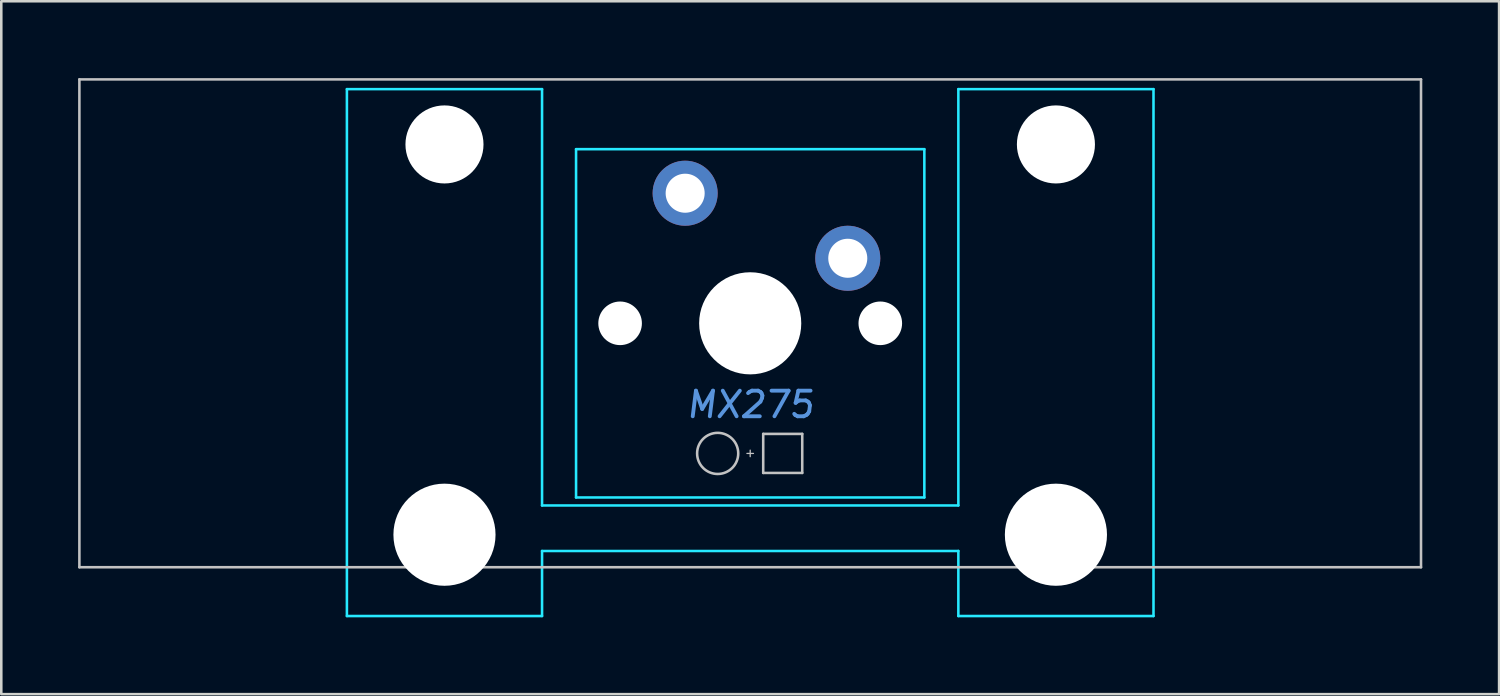
<source format=kicad_pcb>
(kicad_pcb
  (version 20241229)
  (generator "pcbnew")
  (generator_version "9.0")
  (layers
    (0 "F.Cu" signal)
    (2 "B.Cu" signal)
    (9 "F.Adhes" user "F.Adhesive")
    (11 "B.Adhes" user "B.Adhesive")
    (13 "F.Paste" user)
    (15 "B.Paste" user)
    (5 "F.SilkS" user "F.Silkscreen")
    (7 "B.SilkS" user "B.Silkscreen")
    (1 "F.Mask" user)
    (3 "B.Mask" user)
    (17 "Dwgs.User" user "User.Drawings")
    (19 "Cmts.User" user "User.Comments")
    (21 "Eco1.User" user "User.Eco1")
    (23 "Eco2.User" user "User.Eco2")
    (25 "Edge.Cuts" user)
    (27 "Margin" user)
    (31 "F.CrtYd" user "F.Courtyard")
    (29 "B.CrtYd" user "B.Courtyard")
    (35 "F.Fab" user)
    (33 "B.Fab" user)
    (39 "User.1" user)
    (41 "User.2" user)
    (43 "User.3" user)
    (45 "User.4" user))
  (footprint "MX275"
    (layer "F.Cu")
    (at 26.244 9.575)
    (property "Reference" "MX275" (at 0 3.175 0) (layer "Cmts.User") (effects (font (size 1 1) (thickness 0.15) (italic yes))))
    (attr through_hole)
    (fp_line (start -26.194 -9.525) (end -26.194 9.525) (stroke (width 0.1) (type solid)) (layer "Dwgs.User"))
    (fp_line (start -26.194 -9.525) (end 26.194 -9.525) (stroke (width 0.1) (type solid)) (layer "Dwgs.User"))
    (fp_line (start -26.194 9.525) (end 26.194 9.525) (stroke (width 0.1) (type solid)) (layer "Dwgs.User"))
    (fp_line (start -0.127 5.08) (end 0.127 5.08) (stroke (width 0.05) (type solid)) (layer "Dwgs.User"))
    (fp_line (start 0 5.207) (end 0 4.953) (stroke (width 0.05) (type solid)) (layer "Dwgs.User"))
    (fp_line (start 0.508 4.318) (end 0.508 5.842) (stroke (width 0.1) (type solid)) (layer "Dwgs.User"))
    (fp_line (start 0.508 4.318) (end 2.032 4.318) (stroke (width 0.1) (type solid)) (layer "Dwgs.User"))
    (fp_line (start 0.508 5.842) (end 2.032 5.842) (stroke (width 0.1) (type solid)) (layer "Dwgs.User"))
    (fp_line (start 2.032 5.842) (end 2.032 4.318) (stroke (width 0.1) (type solid)) (layer "Dwgs.User"))
    (fp_line (start 26.194 -9.525) (end 26.194 9.525) (stroke (width 0.1) (type solid)) (layer "Dwgs.User"))
    (fp_circle (center -1.27 5.08) (end -0.467 5.08) (stroke (width 0.1) (type solid)) (fill no) (layer "Dwgs.User"))
    (fp_line (start -17.17 -0.889) (end -17.17 -2.921) (stroke (width 0.1) (type solid)) (layer "Eco1.User"))
    (fp_line (start -16.789 -3.302) (end -16.535 -3.302) (stroke (width 0.1) (type solid)) (layer "Eco1.User"))
    (fp_line (start -16.535 -0.508) (end -16.789 -0.508) (stroke (width 0.1) (type solid)) (layer "Eco1.User"))
    (fp_line (start -16.154 -3.683) (end -16.154 -5.309) (stroke (width 0.1) (type solid)) (layer "Eco1.User"))
    (fp_line (start -16.154 6.223) (end -16.154 -0.127) (stroke (width 0.1) (type solid)) (layer "Eco1.User"))
    (fp_line (start -15.773 -5.69) (end -9.881 -5.69) (stroke (width 0.1) (type solid)) (layer "Eco1.User"))
    (fp_line (start -14.732 6.604) (end -15.773 6.604) (stroke (width 0.1) (type solid)) (layer "Eco1.User"))
    (fp_line (start -14.351 7.391) (end -14.351 6.985) (stroke (width 0.1) (type solid)) (layer "Eco1.User"))
    (fp_line (start -11.684 7.772) (end -13.97 7.772) (stroke (width 0.1) (type solid)) (layer "Eco1.User"))
    (fp_line (start -11.303 6.985) (end -11.303 7.391) (stroke (width 0.1) (type solid)) (layer "Eco1.User"))
    (fp_line (start -9.881 6.604) (end -10.922 6.604) (stroke (width 0.1) (type solid)) (layer "Eco1.User"))
    (fp_line (start -9.5 -5.309) (end -9.5 -5.258) (stroke (width 0.1) (type solid)) (layer "Eco1.User"))
    (fp_line (start -9.5 6.198) (end -9.5 6.223) (stroke (width 0.1) (type solid)) (layer "Eco1.User"))
    (fp_line (start -9.119 -4.877) (end -7.366 -4.877) (stroke (width 0.1) (type solid)) (layer "Eco1.User"))
    (fp_line (start -7.366 5.817) (end -9.119 5.817) (stroke (width 0.1) (type solid)) (layer "Eco1.User"))
    (fp_line (start -6.985 -5.258) (end -6.985 -6.604) (stroke (width 0.1) (type solid)) (layer "Eco1.User"))
    (fp_line (start -6.985 6.604) (end -6.985 6.197) (stroke (width 0.1) (type solid)) (layer "Eco1.User"))
    (fp_line (start -6.604 -6.985) (end 6.604 -6.985) (stroke (width 0.1) (type solid)) (layer "Eco1.User"))
    (fp_line (start 0 -2.159) (end 0 2.159) (stroke (width 0.1) (type solid)) (layer "Eco1.User"))
    (fp_line (start 2.159 0) (end -2.159 0) (stroke (width 0.1) (type solid)) (layer "Eco1.User"))
    (fp_line (start 6.604 6.985) (end -6.604 6.985) (stroke (width 0.1) (type solid)) (layer "Eco1.User"))
    (fp_line (start 6.985 -5.258) (end 6.985 -6.604) (stroke (width 0.1) (type solid)) (layer "Eco1.User"))
    (fp_line (start 6.985 6.604) (end 6.985 6.197) (stroke (width 0.1) (type solid)) (layer "Eco1.User"))
    (fp_line (start 7.366 5.817) (end 9.119 5.817) (stroke (width 0.1) (type solid)) (layer "Eco1.User"))
    (fp_line (start 9.119 -4.877) (end 7.366 -4.877) (stroke (width 0.1) (type solid)) (layer "Eco1.User"))
    (fp_line (start 9.5 -5.309) (end 9.5 -5.258) (stroke (width 0.1) (type solid)) (layer "Eco1.User"))
    (fp_line (start 9.5 6.198) (end 9.5 6.223) (stroke (width 0.1) (type solid)) (layer "Eco1.User"))
    (fp_line (start 9.881 6.604) (end 10.922 6.604) (stroke (width 0.1) (type solid)) (layer "Eco1.User"))
    (fp_line (start 11.303 6.985) (end 11.303 7.391) (stroke (width 0.1) (type solid)) (layer "Eco1.User"))
    (fp_line (start 11.684 7.772) (end 13.97 7.772) (stroke (width 0.1) (type solid)) (layer "Eco1.User"))
    (fp_line (start 14.351 7.391) (end 14.351 6.985) (stroke (width 0.1) (type solid)) (layer "Eco1.User"))
    (fp_line (start 14.732 6.604) (end 15.773 6.604) (stroke (width 0.1) (type solid)) (layer "Eco1.User"))
    (fp_line (start 15.773 -5.69) (end 9.881 -5.69) (stroke (width 0.1) (type solid)) (layer "Eco1.User"))
    (fp_line (start 16.154 -3.683) (end 16.154 -5.309) (stroke (width 0.1) (type solid)) (layer "Eco1.User"))
    (fp_line (start 16.154 6.223) (end 16.154 -0.127) (stroke (width 0.1) (type solid)) (layer "Eco1.User"))
    (fp_line (start 16.535 -0.508) (end 16.789 -0.508) (stroke (width 0.1) (type solid)) (layer "Eco1.User"))
    (fp_line (start 16.789 -3.302) (end 16.535 -3.302) (stroke (width 0.1) (type solid)) (layer "Eco1.User"))
    (fp_line (start 17.17 -0.889) (end 17.17 -2.921) (stroke (width 0.1) (type solid)) (layer "Eco1.User"))
    (fp_arc (start -17.1704 -2.921) (mid -17.058808 -3.190408) (end -16.7894 -3.302) (stroke (width 0.1) (type solid)) (layer "Eco1.User"))
    (fp_arc (start -16.7894 -0.508) (mid -17.058808 -0.619592) (end -17.1704 -0.889) (stroke (width 0.1) (type solid)) (layer "Eco1.User"))
    (fp_arc (start -16.5354 -0.508) (mid -16.265992 -0.396408) (end -16.1544 -0.127) (stroke (width 0.1) (type solid)) (layer "Eco1.User"))
    (fp_arc (start -16.1544 -5.3086) (mid -16.042808 -5.578008) (end -15.7734 -5.6896) (stroke (width 0.1) (type solid)) (layer "Eco1.User"))
    (fp_arc (start -16.1544 -3.683) (mid -16.265992 -3.413592) (end -16.5354 -3.302) (stroke (width 0.1) (type solid)) (layer "Eco1.User"))
    (fp_arc (start -15.7734 6.604) (mid -16.042808 6.492408) (end -16.1544 6.223) (stroke (width 0.1) (type solid)) (layer "Eco1.User"))
    (fp_arc (start -14.732 6.604) (mid -14.462592 6.715592) (end -14.351 6.985) (stroke (width 0.1) (type solid)) (layer "Eco1.User"))
    (fp_arc (start -13.97 7.7724) (mid -14.239408 7.660808) (end -14.351 7.3914) (stroke (width 0.1) (type solid)) (layer "Eco1.User"))
    (fp_arc (start -11.303 6.985) (mid -11.191408 6.715592) (end -10.922 6.604) (stroke (width 0.1) (type solid)) (layer "Eco1.User"))
    (fp_arc (start -11.303 7.3914) (mid -11.414592 7.660808) (end -11.684 7.7724) (stroke (width 0.1) (type solid)) (layer "Eco1.User"))
    (fp_arc (start -9.8806 -5.6896) (mid -9.611192 -5.578008) (end -9.4996 -5.3086) (stroke (width 0.1) (type solid)) (layer "Eco1.User"))
    (fp_arc (start -9.4996 6.1976) (mid -9.388008 5.928192) (end -9.1186 5.8166) (stroke (width 0.1) (type solid)) (layer "Eco1.User"))
    (fp_arc (start -9.4996 6.223) (mid -9.611192 6.492408) (end -9.8806 6.604) (stroke (width 0.1) (type solid)) (layer "Eco1.User"))
    (fp_arc (start -9.1186 -4.8768) (mid -9.388008 -4.988392) (end -9.4996 -5.2578) (stroke (width 0.1) (type solid)) (layer "Eco1.User"))
    (fp_arc (start -7.366 5.8166) (mid -7.096592 5.928192) (end -6.985 6.1976) (stroke (width 0.1) (type solid)) (layer "Eco1.User"))
    (fp_arc (start -6.985 -6.604) (mid -6.873408 -6.873408) (end -6.604 -6.985) (stroke (width 0.1) (type solid)) (layer "Eco1.User"))
    (fp_arc (start -6.985 -5.2578) (mid -7.096592 -4.988392) (end -7.366 -4.8768) (stroke (width 0.1) (type solid)) (layer "Eco1.User"))
    (fp_arc (start -6.604 6.985) (mid -6.873408 6.873408) (end -6.985 6.604) (stroke (width 0.1) (type solid)) (layer "Eco1.User"))
    (fp_arc (start 6.604 -6.985) (mid 6.873408 -6.873408) (end 6.985 -6.604) (stroke (width 0.1) (type solid)) (layer "Eco1.User"))
    (fp_arc (start 6.985 6.1976) (mid 7.096592 5.928192) (end 7.366 5.8166) (stroke (width 0.1) (type solid)) (layer "Eco1.User"))
    (fp_arc (start 6.985 6.604) (mid 6.873408 6.873408) (end 6.604 6.985) (stroke (width 0.1) (type solid)) (layer "Eco1.User"))
    (fp_arc (start 7.366 -4.8768) (mid 7.096592 -4.988392) (end 6.985 -5.2578) (stroke (width 0.1) (type solid)) (layer "Eco1.User"))
    (fp_arc (start 9.1186 5.8166) (mid 9.388008 5.928192) (end 9.4996 6.1976) (stroke (width 0.1) (type solid)) (layer "Eco1.User"))
    (fp_arc (start 9.4996 -5.3086) (mid 9.611192 -5.578008) (end 9.8806 -5.6896) (stroke (width 0.1) (type solid)) (layer "Eco1.User"))
    (fp_arc (start 9.4996 -5.2578) (mid 9.388008 -4.988392) (end 9.1186 -4.8768) (stroke (width 0.1) (type solid)) (layer "Eco1.User"))
    (fp_arc (start 9.8806 6.604) (mid 9.611192 6.492408) (end 9.4996 6.223) (stroke (width 0.1) (type solid)) (layer "Eco1.User"))
    (fp_arc (start 10.922 6.604) (mid 11.191408 6.715592) (end 11.303 6.985) (stroke (width 0.1) (type solid)) (layer "Eco1.User"))
    (fp_arc (start 11.684 7.7724) (mid 11.414592 7.660808) (end 11.303 7.3914) (stroke (width 0.1) (type solid)) (layer "Eco1.User"))
    (fp_arc (start 14.351 6.985) (mid 14.462592 6.715592) (end 14.732 6.604) (stroke (width 0.1) (type solid)) (layer "Eco1.User"))
    (fp_arc (start 14.351 7.3914) (mid 14.239408 7.660808) (end 13.97 7.7724) (stroke (width 0.1) (type solid)) (layer "Eco1.User"))
    (fp_arc (start 15.7734 -5.6896) (mid 16.042808 -5.578008) (end 16.1544 -5.3086) (stroke (width 0.1) (type solid)) (layer "Eco1.User"))
    (fp_arc (start 16.1544 -0.127) (mid 16.265992 -0.396408) (end 16.5354 -0.508) (stroke (width 0.1) (type solid)) (layer "Eco1.User"))
    (fp_arc (start 16.1544 6.223) (mid 16.042808 6.492408) (end 15.7734 6.604) (stroke (width 0.1) (type solid)) (layer "Eco1.User"))
    (fp_arc (start 16.5354 -3.302) (mid 16.265992 -3.413592) (end 16.1544 -3.683) (stroke (width 0.1) (type solid)) (layer "Eco1.User"))
    (fp_arc (start 16.7894 -3.302) (mid 17.058808 -3.190408) (end 17.1704 -2.921) (stroke (width 0.1) (type solid)) (layer "Eco1.User"))
    (fp_arc (start 17.1704 -0.889) (mid 17.058808 -0.619592) (end 16.7894 -0.508) (stroke (width 0.1) (type solid)) (layer "Eco1.User"))
    (fp_circle (center 0 0) (end 1.994 0) (stroke (width 0.1) (type solid)) (fill no) (layer "Eco1.User"))
    (fp_line (start -15.748 -9.144) (end -8.128 -9.144) (stroke (width 0.1) (type solid)) (layer "B.CrtYd"))
    (fp_line (start -15.748 11.43) (end -15.748 -9.144) (stroke (width 0.1) (type solid)) (layer "B.CrtYd"))
    (fp_line (start -8.128 -9.144) (end -8.128 7.112) (stroke (width 0.1) (type solid)) (layer "B.CrtYd"))
    (fp_line (start -8.128 7.112) (end 8.128 7.112) (stroke (width 0.1) (type solid)) (layer "B.CrtYd"))
    (fp_line (start -8.128 8.89) (end 8.128 8.89) (stroke (width 0.1) (type solid)) (layer "B.CrtYd"))
    (fp_line (start -8.128 11.43) (end -15.748 11.43) (stroke (width 0.1) (type solid)) (layer "B.CrtYd"))
    (fp_line (start -8.128 11.43) (end -8.128 8.89) (stroke (width 0.1) (type solid)) (layer "B.CrtYd"))
    (fp_line (start -6.8 6.8) (end -6.8 -6.8) (stroke (width 0.1) (type solid)) (layer "B.CrtYd"))
    (fp_line (start 6.8 -6.8) (end -6.8 -6.8) (stroke (width 0.1) (type solid)) (layer "B.CrtYd"))
    (fp_line (start 6.8 6.8) (end -6.8 6.8) (stroke (width 0.1) (type solid)) (layer "B.CrtYd"))
    (fp_line (start 6.8 6.8) (end 6.8 -6.8) (stroke (width 0.1) (type solid)) (layer "B.CrtYd"))
    (fp_line (start 8.128 -9.144) (end 8.128 7.112) (stroke (width 0.1) (type solid)) (layer "B.CrtYd"))
    (fp_line (start 8.128 -9.144) (end 15.748 -9.144) (stroke (width 0.1) (type solid)) (layer "B.CrtYd"))
    (fp_line (start 8.128 11.43) (end 8.128 8.89) (stroke (width 0.1) (type solid)) (layer "B.CrtYd"))
    (fp_line (start 15.748 -9.144) (end 15.748 11.43) (stroke (width 0.1) (type solid)) (layer "B.CrtYd"))
    (fp_line (start 15.748 11.43) (end 8.128 11.43) (stroke (width 0.1) (type solid)) (layer "B.CrtYd"))
    (pad "" np_thru_hole circle (at -11.938 -6.985) (size 3.048 3.048) (drill 3.048) (layers "*.Cu" "*.Mask"))
    (pad "" np_thru_hole circle (at -11.938 8.255) (size 3.988 3.988) (drill 3.988) (layers "*.Cu" "*.Mask"))
    (pad "" np_thru_hole circle (at -5.08 0) (size 1.702 1.702) (drill 1.702) (layers "*.Cu" "*.Mask"))
    (pad "" np_thru_hole circle (at 0 0) (size 3.988 3.988) (drill 3.988) (layers "*.Cu" "*.Mask"))
    (pad "" np_thru_hole circle (at 5.08 0) (size 1.702 1.702) (drill 1.702) (layers "*.Cu" "*.Mask"))
    (pad "" np_thru_hole circle (at 11.938 -6.985) (size 3.048 3.048) (drill 3.048) (layers "*.Cu" "*.Mask"))
    (pad "" np_thru_hole circle (at 11.938 8.255) (size 3.988 3.988) (drill 3.988) (layers "*.Cu" "*.Mask"))
    (pad "1" thru_hole circle (at -2.54 -5.08) (size 2.54 2.54) (drill 1.524) (layers "*.Cu" "*.Mask"))
    (pad "2" thru_hole circle (at 3.81 -2.54) (size 2.54 2.54) (drill 1.524) (layers "*.Cu" "*.Mask")))
  (gr_rect
    (start -3 -3)
    (end 55.487 24.055)
    (stroke (width 0.1) (type default))
    (fill no)
    (layer "Edge.Cuts")))
</source>
